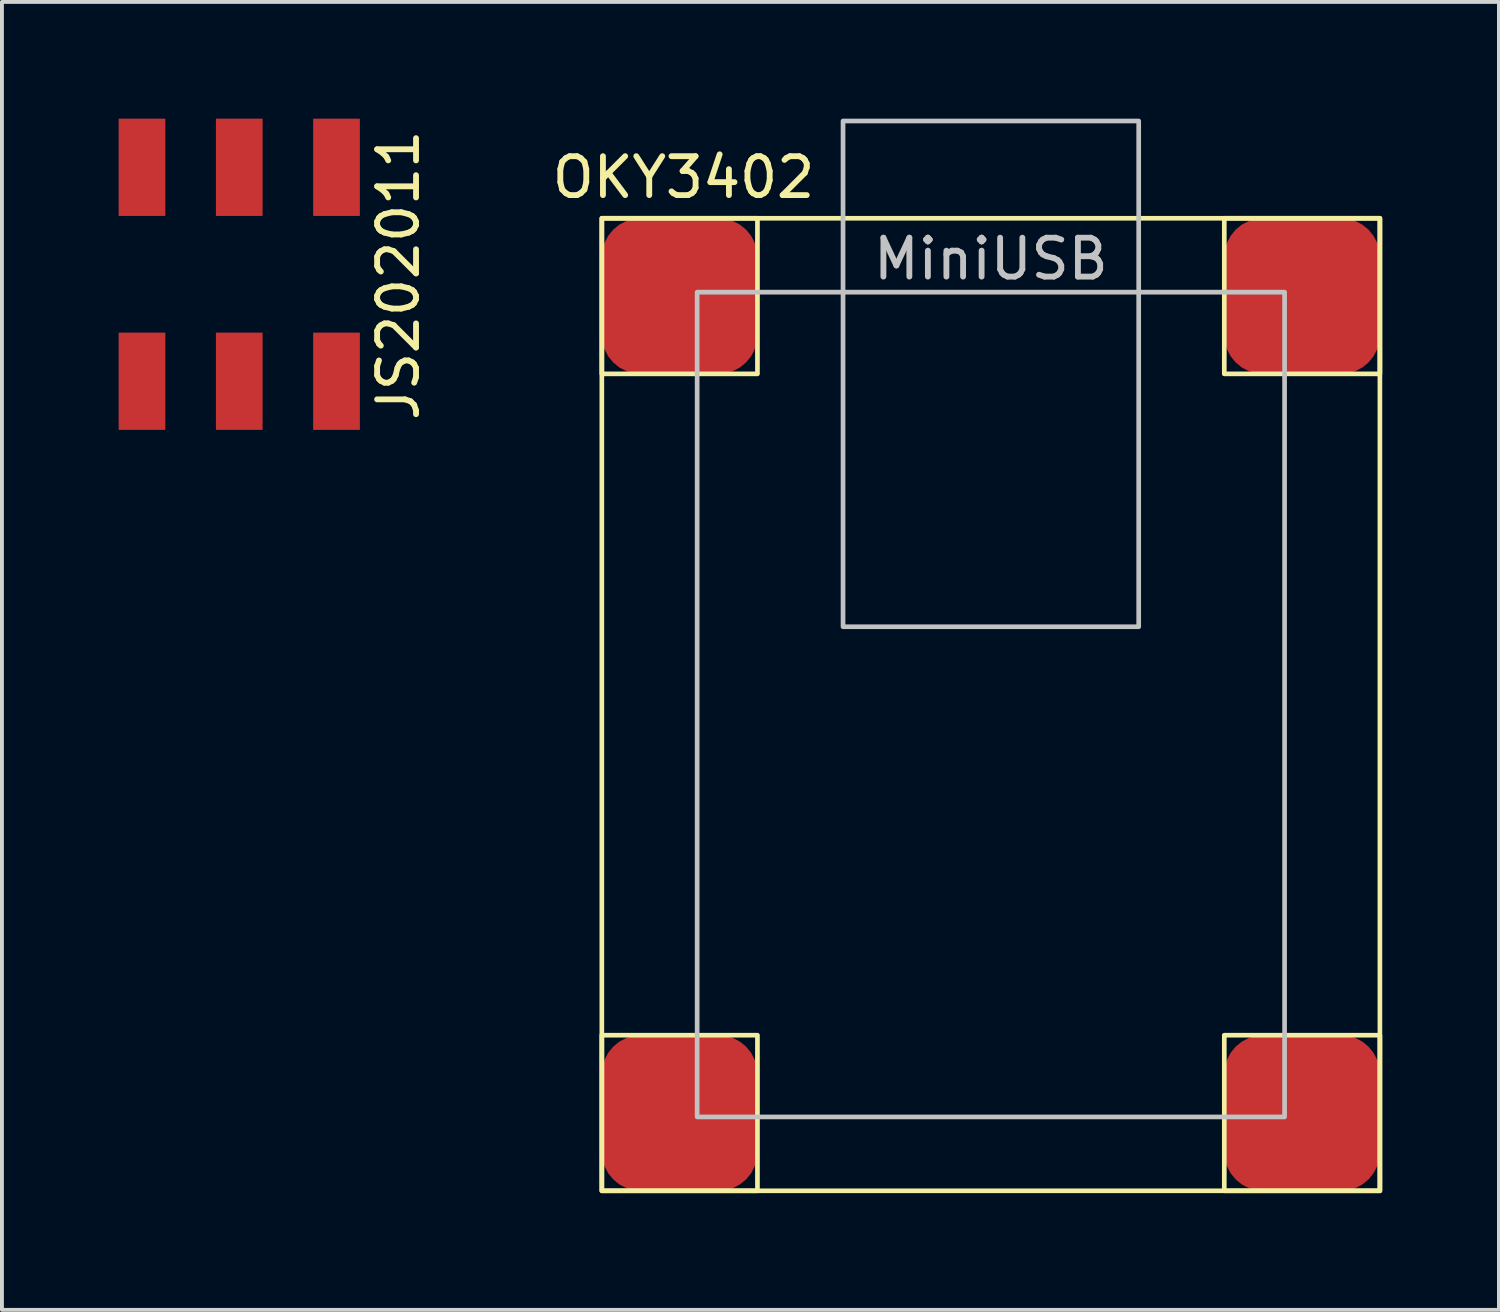
<source format=kicad_pcb>
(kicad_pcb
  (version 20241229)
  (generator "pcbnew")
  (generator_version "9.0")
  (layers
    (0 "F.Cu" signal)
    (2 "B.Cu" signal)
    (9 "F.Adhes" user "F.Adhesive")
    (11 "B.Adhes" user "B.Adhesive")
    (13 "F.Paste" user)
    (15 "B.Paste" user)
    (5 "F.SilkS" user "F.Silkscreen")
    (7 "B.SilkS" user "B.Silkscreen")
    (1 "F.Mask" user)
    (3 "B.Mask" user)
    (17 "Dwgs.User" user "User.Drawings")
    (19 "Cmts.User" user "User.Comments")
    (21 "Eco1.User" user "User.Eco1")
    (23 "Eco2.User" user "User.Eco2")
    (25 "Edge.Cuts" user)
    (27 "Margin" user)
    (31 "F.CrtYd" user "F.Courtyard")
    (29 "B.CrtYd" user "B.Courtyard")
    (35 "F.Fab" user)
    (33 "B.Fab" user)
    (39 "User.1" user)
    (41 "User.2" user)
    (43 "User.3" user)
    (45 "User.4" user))
  (footprint "OKY3402"
    (layer "F.Cu")
    (at 22.42 15.06)
    (property "Reference" "OKY3402" (at -7.9 -13.55 0) (unlocked yes) (layer "F.SilkS") (effects (font (size 1 1) (thickness 0.15))))
    (attr smd)
    (fp_rect (start -10 -12.5) (end -6 -8.5) (stroke (width 0.12) (type solid)) (fill no) (layer "F.SilkS"))
    (fp_rect (start -10 -12.5) (end 10 12.5) (stroke (width 0.12) (type solid)) (fill no) (layer "F.SilkS"))
    (fp_rect (start -10 8.5) (end -6 12.5) (stroke (width 0.12) (type solid)) (fill no) (layer "F.SilkS"))
    (fp_rect (start 6 -12.5) (end 10 -8.5) (stroke (width 0.12) (type solid)) (fill no) (layer "F.SilkS"))
    (fp_rect (start 6 8.5) (end 10 12.5) (stroke (width 0.12) (type solid)) (fill no) (layer "F.SilkS"))
    (fp_rect (start -7.55 -10.6) (end 7.55 10.6) (stroke (width 0.12) (type solid)) (fill no) (layer "Dwgs.User"))
    (fp_rect (start -3.8 -15) (end 3.8 -2) (stroke (width 0.12) (type solid)) (fill no) (layer "Dwgs.User"))
    (fp_text user "MiniUSB" (at 0 -11.455 0) (unlocked yes) (layer "Dwgs.User") (effects (font (size 1 1) (thickness 0.15))))
    (pad "1" smd roundrect (at -8 -10.5) (size 4 4) (layers "F.Cu" "F.Mask" "F.Paste") (roundrect_rratio 0.25))
    (pad "2" smd roundrect (at 8 -10.5) (size 4 4) (layers "F.Cu" "F.Mask" "F.Paste") (roundrect_rratio 0.25))
    (pad "3" smd roundrect (at -8 10.5) (size 4 4) (layers "F.Cu" "F.Mask" "F.Paste") (roundrect_rratio 0.25))
    (pad "4" smd roundrect (at 8 10.5) (size 4 4) (layers "F.Cu" "F.Mask" "F.Paste") (roundrect_rratio 0.25)))
  (footprint "JS202011"
    (layer "F.Cu")
    (at 3.1 4)
    (property "Reference" "JS202011" (at 4.089 0.025 90) (unlocked yes) (layer "F.SilkS") (effects (font (size 1 1) (thickness 0.15))))
    (attr smd)
    (pad "1" smd rect (at -2.5 2.75) (size 1.2 2.5) (layers "F.Cu" "F.Mask" "F.Paste"))
    (pad "2" smd rect (at 0 2.75) (size 1.2 2.5) (layers "F.Cu" "F.Mask" "F.Paste"))
    (pad "3" smd rect (at 2.5 2.75) (size 1.2 2.5) (layers "F.Cu" "F.Mask" "F.Paste"))
    (pad "4" smd rect (at -2.5 -2.75) (size 1.2 2.5) (layers "F.Cu" "F.Mask" "F.Paste"))
    (pad "5" smd rect (at 0 -2.75) (size 1.2 2.5) (layers "F.Cu" "F.Mask" "F.Paste"))
    (pad "6" smd rect (at 2.5 -2.75) (size 1.2 2.5) (layers "F.Cu" "F.Mask" "F.Paste")))
  (gr_rect
    (start -3 -3)
    (end 35.48 30.62)
    (stroke (width 0.1) (type default))
    (fill no)
    (layer "Edge.Cuts")))
</source>
